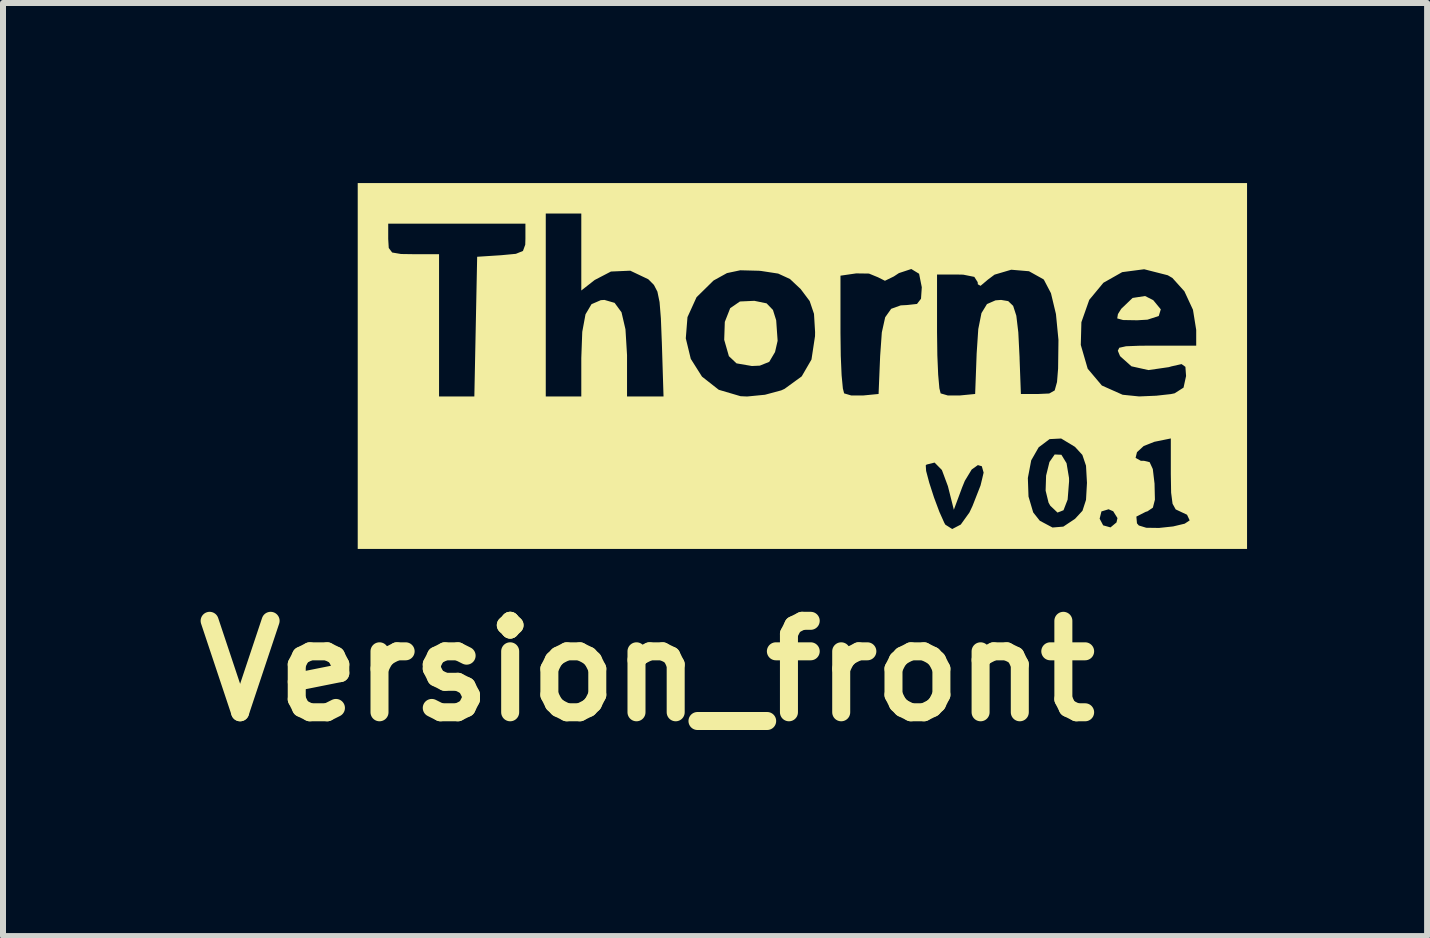
<source format=kicad_pcb>
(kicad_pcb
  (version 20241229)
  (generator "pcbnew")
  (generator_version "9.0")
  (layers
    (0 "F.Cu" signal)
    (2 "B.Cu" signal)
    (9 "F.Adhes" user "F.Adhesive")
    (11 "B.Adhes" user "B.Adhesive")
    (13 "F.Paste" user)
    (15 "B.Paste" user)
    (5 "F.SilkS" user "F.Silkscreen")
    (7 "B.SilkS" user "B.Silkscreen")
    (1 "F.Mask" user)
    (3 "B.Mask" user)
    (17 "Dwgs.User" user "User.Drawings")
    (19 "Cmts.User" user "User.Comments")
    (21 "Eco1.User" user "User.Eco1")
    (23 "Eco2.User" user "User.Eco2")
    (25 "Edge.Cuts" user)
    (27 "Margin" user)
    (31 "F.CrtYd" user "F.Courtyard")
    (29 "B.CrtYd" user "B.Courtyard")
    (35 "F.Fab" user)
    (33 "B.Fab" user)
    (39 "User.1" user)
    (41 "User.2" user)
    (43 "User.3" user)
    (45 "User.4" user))
  (footprint "Version_front"
    (layer "F.Cu")
    (at 10.276 3.048)
    (property "Reference" "Version_front" (at -2.54 5.08 0) (layer "F.SilkS") (effects (font (size 1.524 1.524) (thickness 0.3))))
    (attr board_only exclude_from_pos_files exclude_from_bom)
    (fp_poly (pts (xy 5.888 -1.097) (xy 6.014 -0.944) (xy 5.98 -0.833) (xy 5.792 -0.772) (xy 5.62 -0.762) (xy 5.385 -0.766) (xy 5.288 -0.793) (xy 5.3 -0.865) (xy 5.355 -0.953) (xy 5.544 -1.134) (xy 5.752 -1.166)) (stroke (width 0) (type solid)) (fill yes) (layer "F.SilkS"))
    (fp_poly (pts (xy 4.358 1.479) (xy 4.444 1.62) (xy 4.485 1.866) (xy 4.486 1.919) (xy 4.462 2.225) (xy 4.393 2.403) (xy 4.293 2.442) (xy 4.173 2.328) (xy 4.144 2.277) (xy 4.095 2.076) (xy 4.103 1.826) (xy 4.159 1.599) (xy 4.246 1.474)) (stroke (width 0) (type solid)) (fill yes) (layer "F.SilkS"))
    (fp_poly (pts (xy -0.554 -1.044) (xy -0.448 -0.934) (xy -0.394 -0.762) (xy -0.37 -0.42) (xy -0.413 -0.233) (xy -0.51 -0.069) (xy -0.667 -0.006) (xy -0.799 0) (xy -1.055 -0.044) (xy -1.182 -0.164) (xy -1.26 -0.436) (xy -1.25 -0.735) (xy -1.16 -0.964) (xy -0.998 -1.075) (xy -0.758 -1.086)) (stroke (width 0) (type solid)) (fill yes) (layer "F.SilkS"))
    (fp_poly (pts (xy 7.451 3.048) (xy -7.366 3.048) (xy -7.366 1.655) (xy 2.098 1.655) (xy 2.104 1.748) (xy 2.156 1.944) (xy 2.235 2.189) (xy 2.325 2.43) (xy 2.407 2.613) (xy 2.425 2.644) (xy 2.539 2.716) (xy 2.681 2.642) (xy 2.826 2.44) (xy 2.877 2.332) (xy 3.011 1.99) (xy 3.041 1.866) (xy 3.799 1.866) (xy 3.81 2.175) (xy 3.888 2.439) (xy 3.998 2.578) (xy 4.21 2.691) (xy 4.39 2.676) (xy 4.584 2.547) (xy 4.587 2.544) (xy 4.995 2.544) (xy 5.054 2.655) (xy 5.176 2.689) (xy 5.276 2.606) (xy 5.292 2.534) (xy 5.221 2.42) (xy 5.144 2.387) (xy 5.025 2.423) (xy 4.995 2.544) (xy 4.587 2.544) (xy 4.709 2.412) (xy 4.768 2.231) (xy 4.784 1.947) (xy 4.768 1.661) (xy 4.724 1.531) (xy 5.594 1.531) (xy 5.681 1.579) (xy 5.732 1.579) (xy 5.828 1.602) (xy 5.881 1.717) (xy 5.91 1.962) (xy 5.91 1.975) (xy 5.916 2.227) (xy 5.882 2.36) (xy 5.792 2.421) (xy 5.762 2.43) (xy 5.607 2.509) (xy 5.617 2.621) (xy 5.648 2.657) (xy 5.772 2.695) (xy 5.984 2.698) (xy 6.219 2.673) (xy 6.412 2.627) (xy 6.495 2.572) (xy 6.451 2.478) (xy 6.353 2.432) (xy 6.262 2.389) (xy 6.21 2.295) (xy 6.186 2.11) (xy 6.181 1.797) (xy 6.181 1.207) (xy 5.906 1.263) (xy 5.728 1.334) (xy 5.617 1.436) (xy 5.594 1.531) (xy 4.724 1.531) (xy 4.707 1.481) (xy 4.584 1.347) (xy 4.354 1.208) (xy 4.161 1.218) (xy 3.979 1.355) (xy 3.855 1.572) (xy 3.799 1.866) (xy 3.041 1.866) (xy 3.062 1.776) (xy 3.032 1.67) (xy 2.966 1.651) (xy 2.863 1.725) (xy 2.749 1.913) (xy 2.704 2.023) (xy 2.566 2.395) (xy 2.467 2.002) (xy 2.367 1.733) (xy 2.245 1.609) (xy 2.112 1.642) (xy 2.098 1.655) (xy -7.366 1.655) (xy -7.366 -2.117) (xy -6.858 -2.117) (xy -6.849 -1.966) (xy -6.792 -1.891) (xy -6.644 -1.866) (xy -6.435 -1.863) (xy -6.011 -1.863) (xy -6.011 0.508) (xy -5.423 0.508) (xy -4.233 0.508) (xy -3.641 0.508) (xy -3.641 -0.133) (xy -3.625 -0.569) (xy -3.571 -0.861) (xy -3.471 -1.03) (xy -3.316 -1.097) (xy -3.255 -1.101) (xy -3.086 -1.052) (xy -2.971 -0.895) (xy -2.905 -0.611) (xy -2.879 -0.182) (xy -2.879 -0.079) (xy -2.879 0.508) (xy -2.271 0.508) (xy -2.299 -0.389) (xy -2.302 -0.461) (xy -1.9 -0.461) (xy -1.817 -0.119) (xy -1.63 0.177) (xy -1.351 0.396) (xy -0.988 0.503) (xy -0.878 0.508) (xy -0.581 0.479) (xy -0.31 0.406) (xy -0.255 0.381) (xy 0.031 0.173) (xy 0.194 -0.108) (xy 0.253 -0.497) (xy 0.254 -0.555) (xy 0.677 -0.555) (xy 0.682 -0.169) (xy 0.696 0.153) (xy 0.717 0.374) (xy 0.738 0.456) (xy 0.857 0.491) (xy 1.055 0.491) (xy 1.312 0.466) (xy 1.338 -0.166) (xy 1.366 -0.559) (xy 1.367 -0.564) (xy 2.286 -0.564) (xy 2.291 -0.177) (xy 2.305 0.147) (xy 2.325 0.371) (xy 2.346 0.456) (xy 2.466 0.491) (xy 2.664 0.491) (xy 2.921 0.466) (xy 2.946 -0.208) (xy 2.973 -0.615) (xy 3.026 -0.881) (xy 3.118 -1.032) (xy 3.26 -1.094) (xy 3.353 -1.101) (xy 3.472 -1.081) (xy 3.554 -1.002) (xy 3.607 -0.838) (xy 3.64 -0.56) (xy 3.661 -0.142) (xy 3.661 -0.127) (xy 3.683 0.466) (xy 3.979 0.466) (xy 4.155 0.458) (xy 4.246 0.407) (xy 4.285 0.267) (xy 4.303 0.042) (xy 4.308 -0.351) (xy 4.681 -0.351) (xy 4.796 0.045) (xy 5.032 0.325) (xy 5.378 0.479) (xy 5.653 0.507) (xy 5.938 0.495) (xy 6.181 0.468) (xy 6.244 0.455) (xy 6.393 0.36) (xy 6.435 0.167) (xy 6.424 0.014) (xy 6.36 -0.032) (xy 6.192 0.006) (xy 6.147 0.019) (xy 5.808 0.068) (xy 5.525 0.005) (xy 5.339 -0.161) (xy 5.333 -0.17) (xy 5.298 -0.254) (xy 5.322 -0.304) (xy 5.435 -0.329) (xy 5.667 -0.338) (xy 5.924 -0.339) (xy 6.604 -0.339) (xy 6.604 -0.601) (xy 6.55 -0.937) (xy 6.407 -1.245) (xy 6.207 -1.467) (xy 6.13 -1.512) (xy 5.737 -1.612) (xy 5.371 -1.564) (xy 5.058 -1.387) (xy 4.822 -1.102) (xy 4.691 -0.73) (xy 4.681 -0.351) (xy 4.308 -0.351) (xy 4.309 -0.435) (xy 4.267 -0.866) (xy 4.184 -1.213) (xy 4.067 -1.436) (xy 4.057 -1.446) (xy 3.818 -1.579) (xy 3.522 -1.604) (xy 3.244 -1.522) (xy 3.133 -1.439) (xy 3.011 -1.336) (xy 2.966 -1.361) (xy 2.963 -1.397) (xy 2.907 -1.485) (xy 2.722 -1.522) (xy 2.625 -1.524) (xy 2.286 -1.524) (xy 2.286 -0.564) (xy 1.367 -0.564) (xy 1.422 -0.812) (xy 1.522 -0.953) (xy 1.68 -1.01) (xy 1.788 -1.016) (xy 1.952 -1.034) (xy 2.019 -1.121) (xy 2.032 -1.312) (xy 1.987 -1.537) (xy 1.857 -1.616) (xy 1.651 -1.548) (xy 1.566 -1.492) (xy 1.418 -1.42) (xy 1.303 -1.478) (xy 1.152 -1.54) (xy 0.939 -1.543) (xy 0.677 -1.505) (xy 0.677 -0.555) (xy 0.254 -0.555) (xy 0.254 -0.568) (xy 0.236 -0.869) (xy 0.164 -1.082) (xy 0.014 -1.282) (xy -0.165 -1.45) (xy -0.361 -1.54) (xy -0.648 -1.584) (xy -0.684 -1.587) (xy -0.992 -1.595) (xy -1.214 -1.548) (xy -1.431 -1.428) (xy -1.439 -1.423) (xy -1.721 -1.146) (xy -1.872 -0.814) (xy -1.9 -0.461) (xy -2.302 -0.461) (xy -2.315 -0.793) (xy -2.337 -1.065) (xy -2.373 -1.239) (xy -2.431 -1.351) (xy -2.517 -1.438) (xy -2.528 -1.447) (xy -2.825 -1.588) (xy -3.147 -1.574) (xy -3.418 -1.433) (xy -3.641 -1.258) (xy -3.641 -2.54) (xy -4.233 -2.54) (xy -4.233 0.508) (xy -5.423 0.508) (xy -5.376 -1.82) (xy -4.974 -1.846) (xy -4.731 -1.869) (xy -4.613 -1.917) (xy -4.575 -2.021) (xy -4.572 -2.121) (xy -4.572 -2.371) (xy -6.858 -2.371) (xy -6.858 -2.117) (xy -7.366 -2.117) (xy -7.366 -3.048) (xy 7.451 -3.048)) (stroke (width 0) (type solid)) (fill yes) (layer "F.SilkS")))
  (gr_rect
    (start -3 -3)
    (end 20.727 12.546)
    (stroke (width 0.1) (type default))
    (fill no)
    (layer "Edge.Cuts")))
</source>
